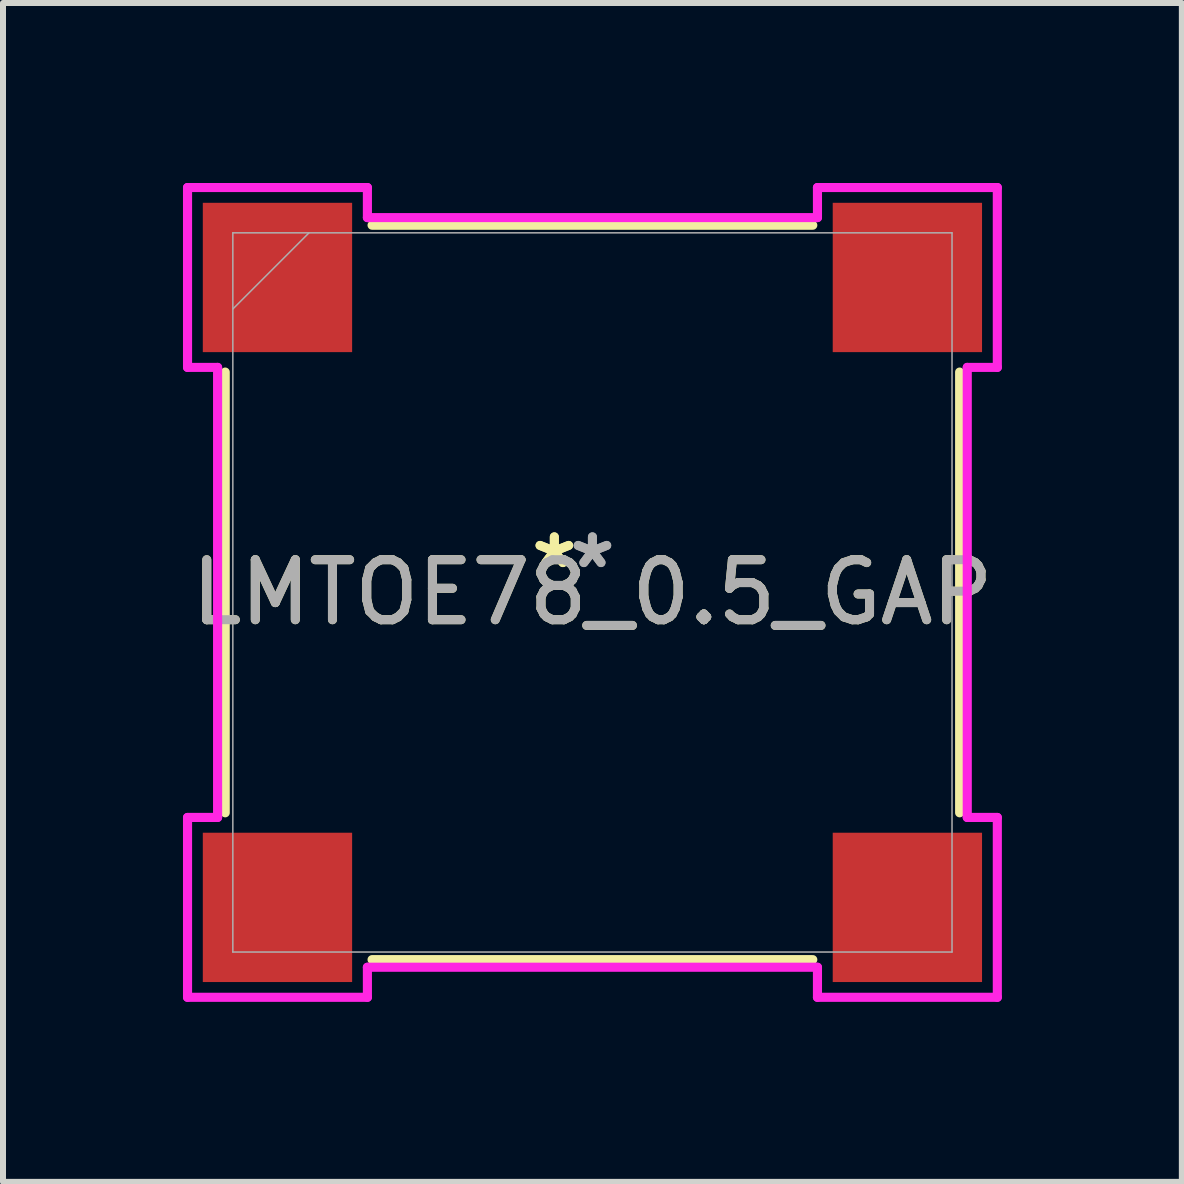
<source format=kicad_pcb>
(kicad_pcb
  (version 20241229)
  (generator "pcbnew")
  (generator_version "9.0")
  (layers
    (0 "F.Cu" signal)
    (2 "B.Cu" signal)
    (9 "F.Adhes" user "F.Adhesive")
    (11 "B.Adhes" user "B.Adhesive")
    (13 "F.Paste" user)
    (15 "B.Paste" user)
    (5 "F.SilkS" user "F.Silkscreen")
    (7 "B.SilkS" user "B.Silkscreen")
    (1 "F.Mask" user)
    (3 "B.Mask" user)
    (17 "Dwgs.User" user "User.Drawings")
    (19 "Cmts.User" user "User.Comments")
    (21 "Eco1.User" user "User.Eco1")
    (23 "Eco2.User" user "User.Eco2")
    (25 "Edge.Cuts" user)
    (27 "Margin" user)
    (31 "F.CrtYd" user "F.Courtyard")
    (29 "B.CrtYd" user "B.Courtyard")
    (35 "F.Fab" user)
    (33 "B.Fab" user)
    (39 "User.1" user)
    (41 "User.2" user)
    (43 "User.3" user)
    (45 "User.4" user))
  (footprint "LMTOE78_0.5_GAP"
    (layer "F.Cu")
    (at 6.825 6.825)
    (property "Reference" "LMTOE78_0.5_GAP" (at 0 0 0) (unlocked yes) (layer "F.SilkS") (effects (font (size 1 1) (thickness 0.15))))
    (attr smd)
    (fp_line (start -6.121 -3.673) (end -6.121 3.673) (stroke (width 0.152) (type solid)) (layer "F.SilkS"))
    (fp_line (start -3.673 6.121) (end 3.673 6.121) (stroke (width 0.152) (type solid)) (layer "F.SilkS"))
    (fp_line (start 3.673 -6.121) (end -3.673 -6.121) (stroke (width 0.152) (type solid)) (layer "F.SilkS"))
    (fp_line (start 6.121 3.673) (end 6.121 -3.673) (stroke (width 0.152) (type solid)) (layer "F.SilkS"))
    (fp_line (start -6.749 -6.749) (end -6.749 -3.751) (stroke (width 0.152) (type solid)) (layer "F.CrtYd"))
    (fp_line (start -6.749 -3.751) (end -6.248 -3.751) (stroke (width 0.152) (type solid)) (layer "F.CrtYd"))
    (fp_line (start -6.749 3.751) (end -6.749 6.749) (stroke (width 0.152) (type solid)) (layer "F.CrtYd"))
    (fp_line (start -6.749 6.749) (end -3.751 6.749) (stroke (width 0.152) (type solid)) (layer "F.CrtYd"))
    (fp_line (start -6.248 -3.751) (end -6.248 3.751) (stroke (width 0.152) (type solid)) (layer "F.CrtYd"))
    (fp_line (start -6.248 3.751) (end -6.749 3.751) (stroke (width 0.152) (type solid)) (layer "F.CrtYd"))
    (fp_line (start -3.751 -6.749) (end -6.749 -6.749) (stroke (width 0.152) (type solid)) (layer "F.CrtYd"))
    (fp_line (start -3.751 -6.248) (end -3.751 -6.749) (stroke (width 0.152) (type solid)) (layer "F.CrtYd"))
    (fp_line (start -3.751 6.248) (end 3.751 6.248) (stroke (width 0.152) (type solid)) (layer "F.CrtYd"))
    (fp_line (start -3.751 6.749) (end -3.751 6.248) (stroke (width 0.152) (type solid)) (layer "F.CrtYd"))
    (fp_line (start 3.751 -6.749) (end 3.751 -6.248) (stroke (width 0.152) (type solid)) (layer "F.CrtYd"))
    (fp_line (start 3.751 -6.248) (end -3.751 -6.248) (stroke (width 0.152) (type solid)) (layer "F.CrtYd"))
    (fp_line (start 3.751 6.248) (end 3.751 6.749) (stroke (width 0.152) (type solid)) (layer "F.CrtYd"))
    (fp_line (start 3.751 6.749) (end 6.749 6.749) (stroke (width 0.152) (type solid)) (layer "F.CrtYd"))
    (fp_line (start 6.248 -3.751) (end 6.749 -3.751) (stroke (width 0.152) (type solid)) (layer "F.CrtYd"))
    (fp_line (start 6.248 3.751) (end 6.248 -3.751) (stroke (width 0.152) (type solid)) (layer "F.CrtYd"))
    (fp_line (start 6.749 -6.749) (end 3.751 -6.749) (stroke (width 0.152) (type solid)) (layer "F.CrtYd"))
    (fp_line (start 6.749 -3.751) (end 6.749 -6.749) (stroke (width 0.152) (type solid)) (layer "F.CrtYd"))
    (fp_line (start 6.749 3.751) (end 6.248 3.751) (stroke (width 0.152) (type solid)) (layer "F.CrtYd"))
    (fp_line (start 6.749 6.749) (end 6.749 3.751) (stroke (width 0.152) (type solid)) (layer "F.CrtYd"))
    (fp_line (start -5.994 -5.994) (end -5.994 5.994) (stroke (width 0.025) (type solid)) (layer "F.Fab"))
    (fp_line (start -5.994 -4.724) (end -4.724 -5.994) (stroke (width 0.025) (type solid)) (layer "F.Fab"))
    (fp_line (start -5.994 5.994) (end 5.994 5.994) (stroke (width 0.025) (type solid)) (layer "F.Fab"))
    (fp_line (start 5.994 -5.994) (end -5.994 -5.994) (stroke (width 0.025) (type solid)) (layer "F.Fab"))
    (fp_line (start 5.994 5.994) (end 5.994 -5.994) (stroke (width 0.025) (type solid)) (layer "F.Fab"))
    (fp_text user "*" (at -0.635 -0.381 0) (layer "F.SilkS") (effects (font (size 1 1) (thickness 0.15))))
    (fp_text user "*" (at -0.635 -0.381 0) (unlocked yes) (layer "F.SilkS") (effects (font (size 1 1) (thickness 0.15))))
    (fp_text user "${REFERENCE}" (at 0 0 0) (unlocked yes) (layer "F.Fab") (effects (font (size 1 1) (thickness 0.15))))
    (fp_text user "*" (at 0 -0.381 0) (unlocked yes) (layer "F.Fab") (effects (font (size 1 1) (thickness 0.15))))
    (fp_text user "*" (at 0 -0.381 0) (layer "F.Fab") (effects (font (size 1 1) (thickness 0.15))))
    (pad "1" smd rect (at -5.25 -5.25) (size 2.489 2.489) (layers "F.Cu" "F.Mask" "F.Paste"))
    (pad "2" smd rect (at -5.25 5.25) (size 2.489 2.489) (layers "F.Cu" "F.Mask" "F.Paste"))
    (pad "3" smd rect (at 5.25 5.25) (size 2.489 2.489) (layers "F.Cu" "F.Mask" "F.Paste"))
    (pad "4" smd rect (at 5.25 -5.25) (size 2.489 2.489) (layers "F.Cu" "F.Mask" "F.Paste")))
  (gr_rect
    (start -3 -3)
    (end 16.65 16.65)
    (stroke (width 0.1) (type default))
    (fill no)
    (layer "Edge.Cuts")))
</source>
